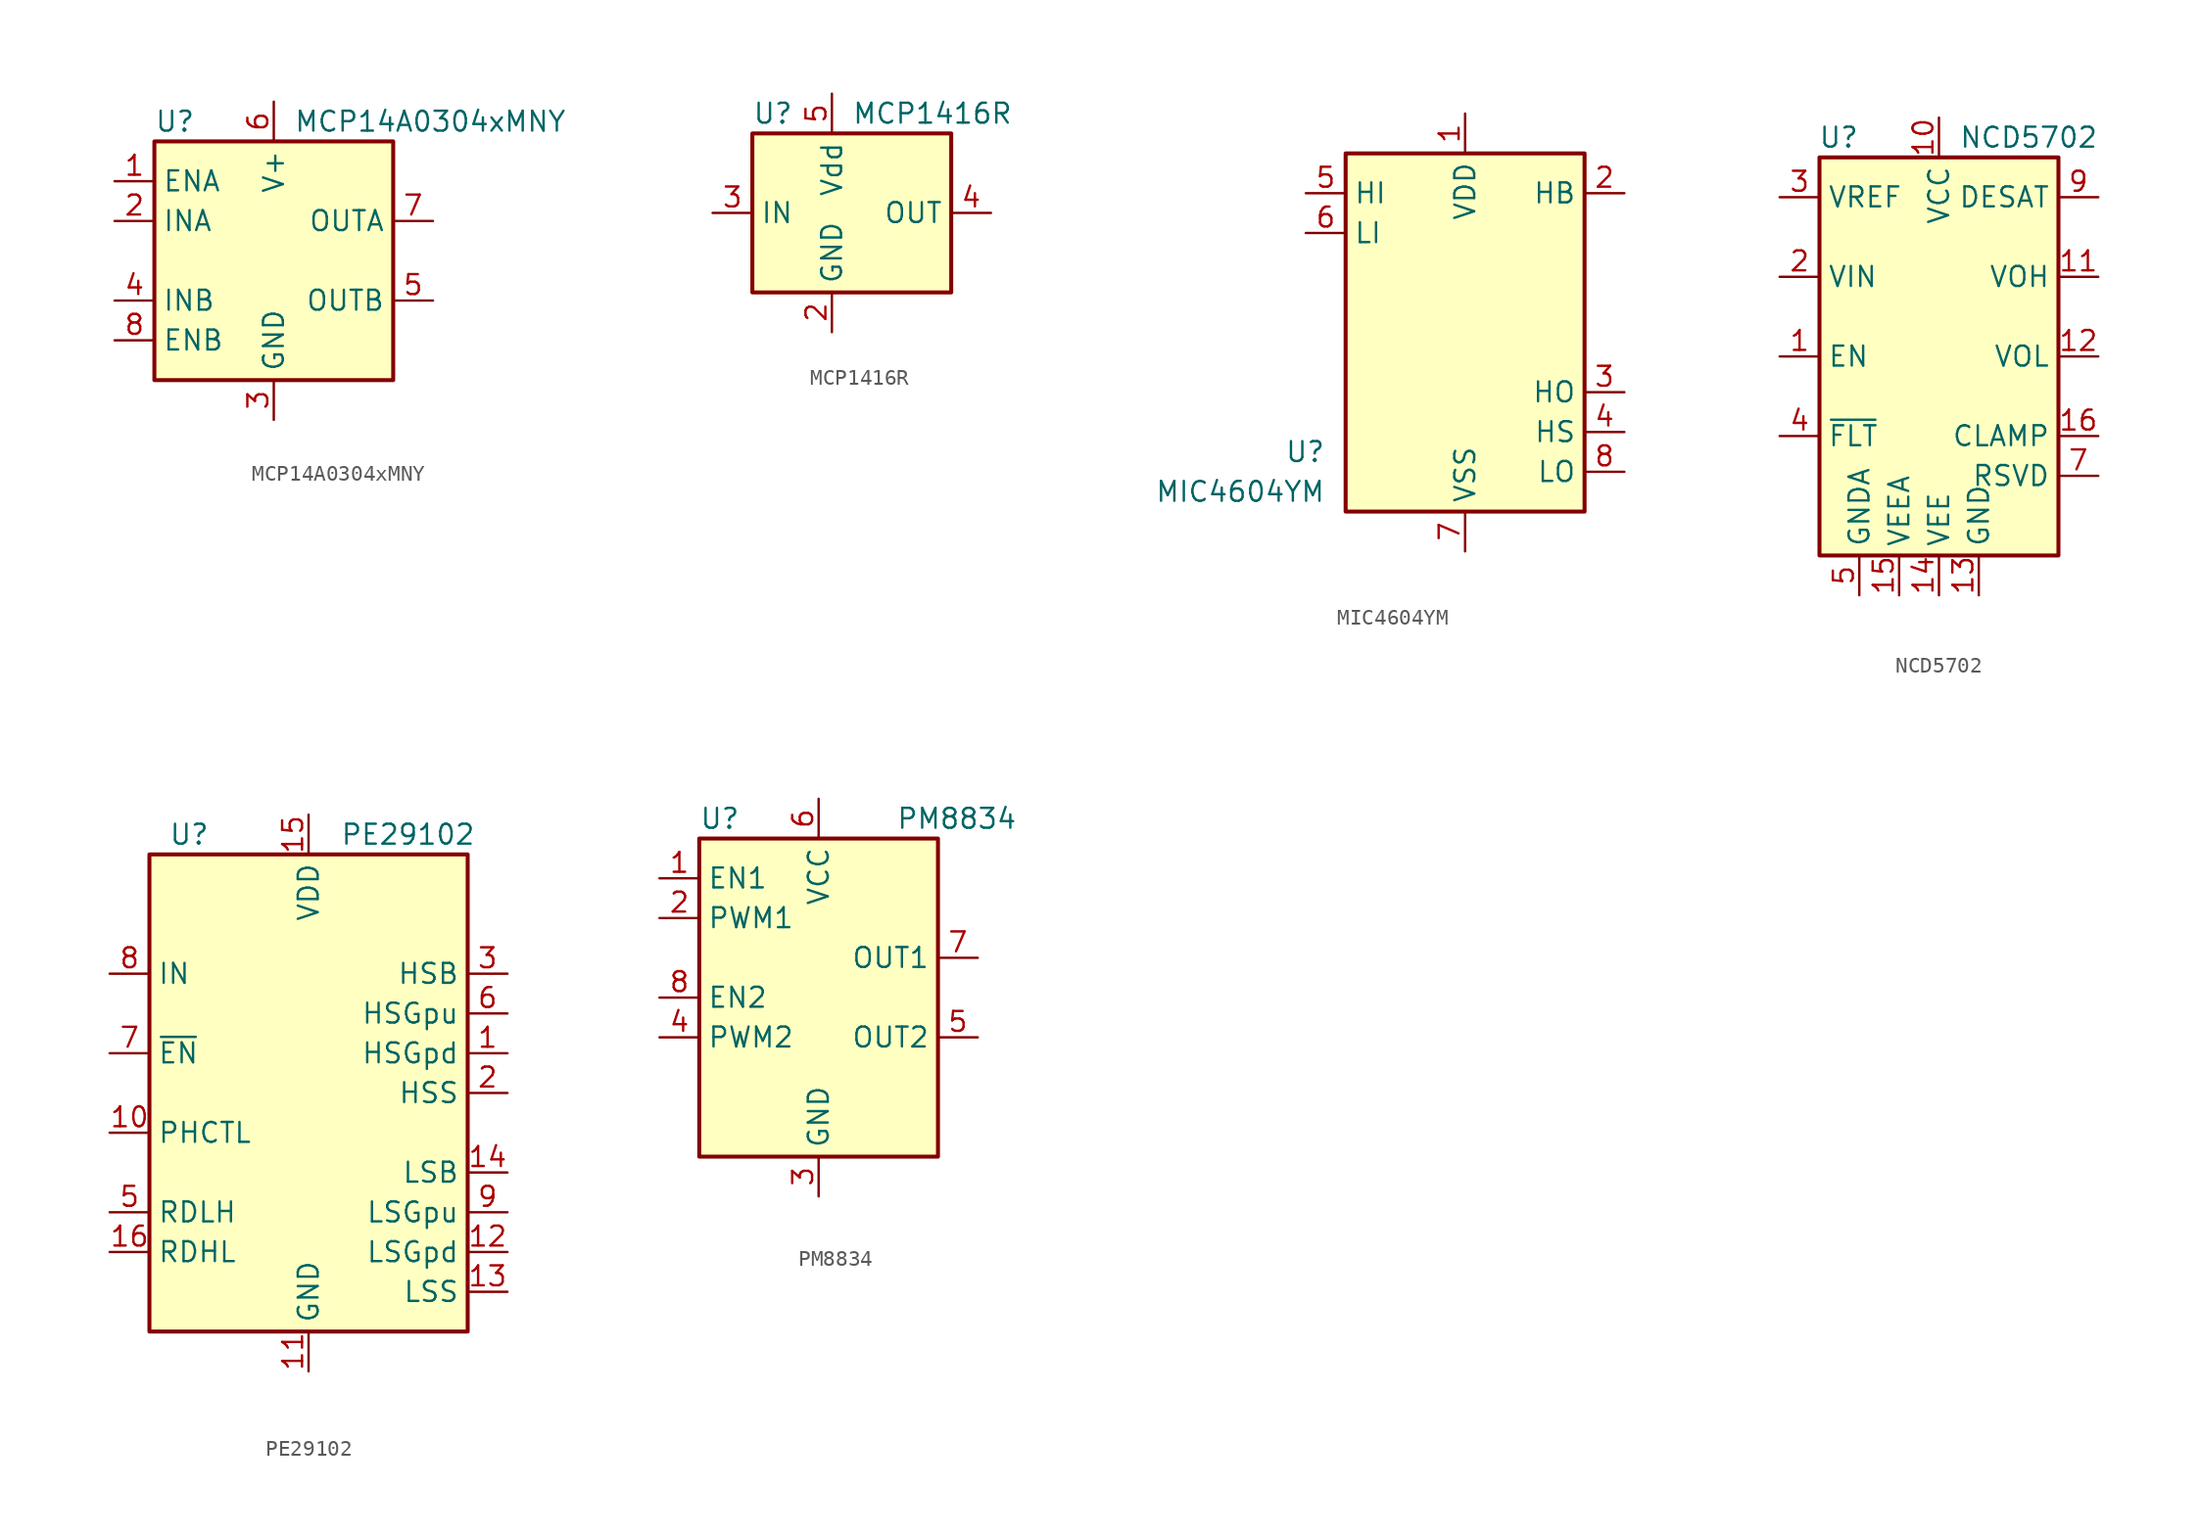
<source format=kicad_sym>
(kicad_symbol_lib
  (version 20211014)
  (generator kicad_symbol_editor)
  (symbol "MCP14A0304xMNY"
    (property "Reference" "U"
      (at -7.62 8.89 0)
      (effects (font (size 1.27 1.27)) (justify left)))
    (property "Value" "MCP14A0304xMNY"
      (at 1.27 8.89 0)
      (effects (font (size 1.27 1.27)) (justify left)))
    (symbol "MCP14A0304xMNY_0_1"
      (rectangle (start -7.62 -7.62) (end 7.62 7.62) (stroke (width 0.254) (type default) (color 0 0 0 0)) (fill (type background))))
    (symbol "MCP14A0304xMNY_1_1"
      (pin input line (at -10.16 5.08 0) (length 2.54) (name "ENA" (effects (font (size 1.27 1.27)))) (number "1" (effects (font (size 1.27 1.27)))))
      (pin input line (at -10.16 2.54 0) (length 2.54) (name "INA" (effects (font (size 1.27 1.27)))) (number "2" (effects (font (size 1.27 1.27)))))
      (pin power_in line (at 0 -10.16 90) (length 2.54) (name "GND" (effects (font (size 1.27 1.27)))) (number "3" (effects (font (size 1.27 1.27)))))
      (pin input line (at -10.16 -2.54 0) (length 2.54) (name "INB" (effects (font (size 1.27 1.27)))) (number "4" (effects (font (size 1.27 1.27)))))
      (pin output line (at 10.16 -2.54 180) (length 2.54) (name "OUTB" (effects (font (size 1.27 1.27)))) (number "5" (effects (font (size 1.27 1.27)))))
      (pin power_in line (at 0 10.16 270) (length 2.54) (name "V+" (effects (font (size 1.27 1.27)))) (number "6" (effects (font (size 1.27 1.27)))))
      (pin output line (at 10.16 2.54 180) (length 2.54) (name "OUTA" (effects (font (size 1.27 1.27)))) (number "7" (effects (font (size 1.27 1.27)))))
      (pin input line (at -10.16 -5.08 0) (length 2.54) (name "ENB" (effects (font (size 1.27 1.27)))) (number "8" (effects (font (size 1.27 1.27)))))
      (pin passive line (at 0 -10.16 90) (length 2.54) hide (name "GND" (effects (font (size 1.27 1.27)))) (number "9" (effects (font (size 1.27 1.27)))))))
  (symbol "MCP1416R"
    (property "Reference" "U"
      (at -5.08 6.35 0)
      (effects (font (size 1.27 1.27)) (justify left)))
    (property "Value" "MCP1416R"
      (at 1.27 6.35 0)
      (effects (font (size 1.27 1.27)) (justify left)))
    (symbol "MCP1416R_0_1"
      (rectangle (start -5.08 5.08) (end 7.62 -5.08) (stroke (width 0.254) (type default) (color 0 0 0 0)) (fill (type background))))
    (symbol "MCP1416R_1_1"
      (pin no_connect line (at 7.62 -2.54 180) (length 2.54) hide (name "NC" (effects (font (size 1.27 1.27)))) (number "1" (effects (font (size 1.27 1.27)))))
      (pin power_in line (at 0 -7.62 90) (length 2.54) (name "GND" (effects (font (size 1.27 1.27)))) (number "2" (effects (font (size 1.27 1.27)))))
      (pin input line (at -7.62 0 0) (length 2.54) (name "IN" (effects (font (size 1.27 1.27)))) (number "3" (effects (font (size 1.27 1.27)))))
      (pin output line (at 10.16 0 180) (length 2.54) (name "OUT" (effects (font (size 1.27 1.27)))) (number "4" (effects (font (size 1.27 1.27)))))
      (pin power_in line (at 0 7.62 270) (length 2.54) (name "Vdd" (effects (font (size 1.27 1.27)))) (number "5" (effects (font (size 1.27 1.27)))))))
  (symbol "MIC4604YM"
    (property "Reference" "U"
      (at -8.89 -8.89 0)
      (effects (font (size 1.27 1.27)) (justify right)))
    (property "Value" "MIC4604YM"
      (at -8.89 -11.43 0)
      (effects (font (size 1.27 1.27)) (justify right)))
    (symbol "MIC4604YM_0_1"
      (rectangle (start -7.62 -12.7) (end 7.62 10.16) (stroke (width 0.254) (type default) (color 0 0 0 0)) (fill (type background))))
    (symbol "MIC4604YM_1_1"
      (pin power_in line (at 0 12.7 270) (length 2.54) (name "VDD" (effects (font (size 1.27 1.27)))) (number "1" (effects (font (size 1.27 1.27)))))
      (pin passive line (at 10.16 7.62 180) (length 2.54) (name "HB" (effects (font (size 1.27 1.27)))) (number "2" (effects (font (size 1.27 1.27)))))
      (pin output line (at 10.16 -5.08 180) (length 2.54) (name "HO" (effects (font (size 1.27 1.27)))) (number "3" (effects (font (size 1.27 1.27)))))
      (pin passive line (at 10.16 -7.62 180) (length 2.54) (name "HS" (effects (font (size 1.27 1.27)))) (number "4" (effects (font (size 1.27 1.27)))))
      (pin input line (at -10.16 7.62 0) (length 2.54) (name "HI" (effects (font (size 1.27 1.27)))) (number "5" (effects (font (size 1.27 1.27)))))
      (pin input line (at -10.16 5.08 0) (length 2.54) (name "LI" (effects (font (size 1.27 1.27)))) (number "6" (effects (font (size 1.27 1.27)))))
      (pin power_in line (at 0 -15.24 90) (length 2.54) (name "VSS" (effects (font (size 1.27 1.27)))) (number "7" (effects (font (size 1.27 1.27)))))
      (pin output line (at 10.16 -10.16 180) (length 2.54) (name "LO" (effects (font (size 1.27 1.27)))) (number "8" (effects (font (size 1.27 1.27)))))))
  (symbol "NCD5702"
    (property "Reference" "U"
      (at -5.08 13.97 0)
      (effects (font (size 1.27 1.27)) (justify right)))
    (property "Value" "NCD5702"
      (at 1.27 13.97 0)
      (effects (font (size 1.27 1.27)) (justify left)))
    (symbol "NCD5702_0_1"
      (rectangle (start -7.62 12.7) (end 7.62 -12.7) (stroke (width 0.254) (type default) (color 0 0 0 0)) (fill (type background))))
    (symbol "NCD5702_1_1"
      (pin input line (at -10.16 0 0) (length 2.54) (name "EN" (effects (font (size 1.27 1.27)))) (number "1" (effects (font (size 1.27 1.27)))))
      (pin power_in line (at 0 15.24 270) (length 2.54) (name "VCC" (effects (font (size 1.27 1.27)))) (number "10" (effects (font (size 1.27 1.27)))))
      (pin open_emitter line (at 10.16 5.08 180) (length 2.54) (name "VOH" (effects (font (size 1.27 1.27)))) (number "11" (effects (font (size 1.27 1.27)))))
      (pin open_collector line (at 10.16 0 180) (length 2.54) (name "VOL" (effects (font (size 1.27 1.27)))) (number "12" (effects (font (size 1.27 1.27)))))
      (pin power_in line (at 2.54 -15.24 90) (length 2.54) (name "GND" (effects (font (size 1.27 1.27)))) (number "13" (effects (font (size 1.27 1.27)))))
      (pin power_in line (at 0 -15.24 90) (length 2.54) (name "VEE" (effects (font (size 1.27 1.27)))) (number "14" (effects (font (size 1.27 1.27)))))
      (pin power_in line (at -2.54 -15.24 90) (length 2.54) (name "VEEA" (effects (font (size 1.27 1.27)))) (number "15" (effects (font (size 1.27 1.27)))))
      (pin open_collector line (at 10.16 -5.08 180) (length 2.54) (name "CLAMP" (effects (font (size 1.27 1.27)))) (number "16" (effects (font (size 1.27 1.27)))))
      (pin input line (at -10.16 5.08 0) (length 2.54) (name "VIN" (effects (font (size 1.27 1.27)))) (number "2" (effects (font (size 1.27 1.27)))))
      (pin power_out line (at -10.16 10.16 0) (length 2.54) (name "VREF" (effects (font (size 1.27 1.27)))) (number "3" (effects (font (size 1.27 1.27)))))
      (pin open_collector line (at -10.16 -5.08 0) (length 2.54) (name "~{FLT}" (effects (font (size 1.27 1.27)))) (number "4" (effects (font (size 1.27 1.27)))))
      (pin power_in line (at -5.08 -15.24 90) (length 2.54) (name "GNDA" (effects (font (size 1.27 1.27)))) (number "5" (effects (font (size 1.27 1.27)))))
      (pin no_connect line (at -7.62 7.62 0) (length 2.54) hide (name "NC" (effects (font (size 1.27 1.27)))) (number "6" (effects (font (size 1.27 1.27)))))
      (pin passive line (at 10.16 -7.62 180) (length 2.54) (name "RSVD" (effects (font (size 1.27 1.27)))) (number "7" (effects (font (size 1.27 1.27)))))
      (pin no_connect line (at -7.62 2.54 0) (length 2.54) hide (name "NC" (effects (font (size 1.27 1.27)))) (number "8" (effects (font (size 1.27 1.27)))))
      (pin input line (at 10.16 10.16 180) (length 2.54) (name "DESAT" (effects (font (size 1.27 1.27)))) (number "9" (effects (font (size 1.27 1.27)))))))
  (symbol "PE29102"
    (property "Reference" "U"
      (at -7.62 16.51 0)
      (effects (font (size 1.27 1.27))))
    (property "Value" "PE29102"
      (at 6.35 16.51 0)
      (effects (font (size 1.27 1.27))))
    (symbol "PE29102_0_1"
      (rectangle (start 10.16 15.24) (end -10.16 -15.24) (stroke (width 0.254) (type default) (color 0 0 0 0)) (fill (type background))))
    (symbol "PE29102_1_1"
      (pin output line (at 12.7 2.54 180) (length 2.54) (name "HSGpd" (effects (font (size 1.27 1.27)))) (number "1" (effects (font (size 1.27 1.27)))))
      (pin input line (at -12.7 -2.54 0) (length 2.54) (name "PHCTL" (effects (font (size 1.27 1.27)))) (number "10" (effects (font (size 1.27 1.27)))))
      (pin power_in line (at 0 -17.78 90) (length 2.54) (name "GND" (effects (font (size 1.27 1.27)))) (number "11" (effects (font (size 1.27 1.27)))))
      (pin output line (at 12.7 -10.16 180) (length 2.54) (name "LSGpd" (effects (font (size 1.27 1.27)))) (number "12" (effects (font (size 1.27 1.27)))))
      (pin passive line (at 12.7 -12.7 180) (length 2.54) (name "LSS" (effects (font (size 1.27 1.27)))) (number "13" (effects (font (size 1.27 1.27)))))
      (pin input line (at 12.7 -5.08 180) (length 2.54) (name "LSB" (effects (font (size 1.27 1.27)))) (number "14" (effects (font (size 1.27 1.27)))))
      (pin power_in line (at 0 17.78 270) (length 2.54) (name "VDD" (effects (font (size 1.27 1.27)))) (number "15" (effects (font (size 1.27 1.27)))))
      (pin passive line (at -12.7 -10.16 0) (length 2.54) (name "RDHL" (effects (font (size 1.27 1.27)))) (number "16" (effects (font (size 1.27 1.27)))))
      (pin passive line (at 12.7 0 180) (length 2.54) (name "HSS" (effects (font (size 1.27 1.27)))) (number "2" (effects (font (size 1.27 1.27)))))
      (pin input line (at 12.7 7.62 180) (length 2.54) (name "HSB" (effects (font (size 1.27 1.27)))) (number "3" (effects (font (size 1.27 1.27)))))
      (pin no_connect line (at 10.16 12.7 180) (length 2.54) hide (name "NC" (effects (font (size 1.27 1.27)))) (number "4" (effects (font (size 1.27 1.27)))))
      (pin passive line (at -12.7 -7.62 0) (length 2.54) (name "RDLH" (effects (font (size 1.27 1.27)))) (number "5" (effects (font (size 1.27 1.27)))))
      (pin output line (at 12.7 5.08 180) (length 2.54) (name "HSGpu" (effects (font (size 1.27 1.27)))) (number "6" (effects (font (size 1.27 1.27)))))
      (pin input line (at -12.7 2.54 0) (length 2.54) (name "~{EN}" (effects (font (size 1.27 1.27)))) (number "7" (effects (font (size 1.27 1.27)))))
      (pin input line (at -12.7 7.62 0) (length 2.54) (name "IN" (effects (font (size 1.27 1.27)))) (number "8" (effects (font (size 1.27 1.27)))))
      (pin output line (at 12.7 -7.62 180) (length 2.54) (name "LSGpu" (effects (font (size 1.27 1.27)))) (number "9" (effects (font (size 1.27 1.27)))))))
  (symbol "PM8834"
    (property "Reference" "U"
      (at -7.62 11.43 0)
      (effects (font (size 1.27 1.27)) (justify left)))
    (property "Value" "PM8834"
      (at 12.7 11.43 0)
      (effects (font (size 1.27 1.27)) (justify right)))
    (symbol "PM8834_0_1"
      (rectangle (start -7.62 -10.16) (end 7.62 10.16) (stroke (width 0.254) (type default) (color 0 0 0 0)) (fill (type background))))
    (symbol "PM8834_1_1"
      (pin input line (at -10.16 7.62 0) (length 2.54) (name "EN1" (effects (font (size 1.27 1.27)))) (number "1" (effects (font (size 1.27 1.27)))))
      (pin input line (at -10.16 5.08 0) (length 2.54) (name "PWM1" (effects (font (size 1.27 1.27)))) (number "2" (effects (font (size 1.27 1.27)))))
      (pin power_in line (at 0 -12.7 90) (length 2.54) (name "GND" (effects (font (size 1.27 1.27)))) (number "3" (effects (font (size 1.27 1.27)))))
      (pin input line (at -10.16 -2.54 0) (length 2.54) (name "PWM2" (effects (font (size 1.27 1.27)))) (number "4" (effects (font (size 1.27 1.27)))))
      (pin output line (at 10.16 -2.54 180) (length 2.54) (name "OUT2" (effects (font (size 1.27 1.27)))) (number "5" (effects (font (size 1.27 1.27)))))
      (pin power_in line (at 0 12.7 270) (length 2.54) (name "VCC" (effects (font (size 1.27 1.27)))) (number "6" (effects (font (size 1.27 1.27)))))
      (pin output line (at 10.16 2.54 180) (length 2.54) (name "OUT1" (effects (font (size 1.27 1.27)))) (number "7" (effects (font (size 1.27 1.27)))))
      (pin input line (at -10.16 0 0) (length 2.54) (name "EN2" (effects (font (size 1.27 1.27)))) (number "8" (effects (font (size 1.27 1.27))))))))
</source>
